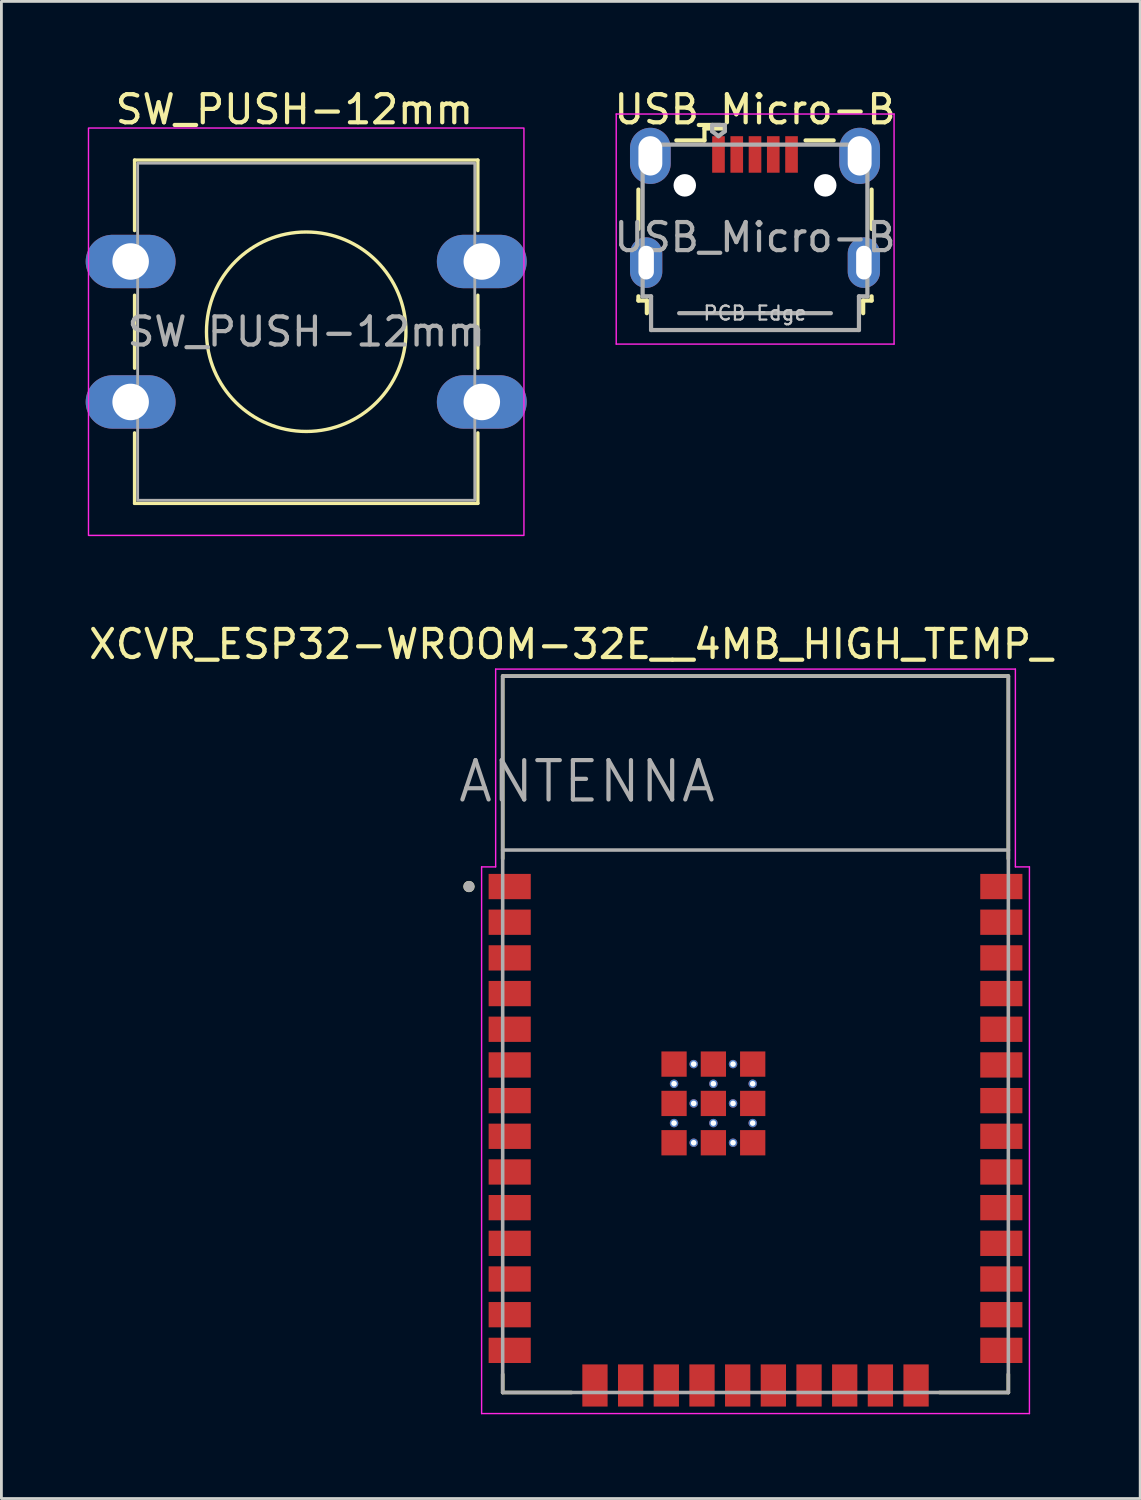
<source format=kicad_pcb>
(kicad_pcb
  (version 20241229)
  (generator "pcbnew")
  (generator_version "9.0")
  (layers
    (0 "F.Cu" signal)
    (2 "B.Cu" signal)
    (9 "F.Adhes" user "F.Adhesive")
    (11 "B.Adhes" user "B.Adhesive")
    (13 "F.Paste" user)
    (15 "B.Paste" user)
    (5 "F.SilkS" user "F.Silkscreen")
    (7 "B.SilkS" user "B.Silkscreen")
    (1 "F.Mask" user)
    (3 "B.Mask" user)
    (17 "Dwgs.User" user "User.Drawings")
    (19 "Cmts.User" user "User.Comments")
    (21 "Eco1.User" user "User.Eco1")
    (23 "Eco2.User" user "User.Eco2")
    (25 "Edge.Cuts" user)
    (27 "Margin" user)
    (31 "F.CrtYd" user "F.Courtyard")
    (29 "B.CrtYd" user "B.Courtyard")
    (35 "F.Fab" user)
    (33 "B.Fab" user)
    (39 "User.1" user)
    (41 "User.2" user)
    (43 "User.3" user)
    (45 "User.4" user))
  (footprint "USB_Micro-B"
    (layer "F.Cu")
    (at 23.825 4.348)
    (property "Reference" "USB_Micro-B" (at 0 -3.5 0) (layer "F.SilkS") (effects (font (size 1 1) (thickness 0.15))))
    (attr smd)
    (fp_line (start -4.15 -0.65) (end -4.15 0.75) (stroke (width 0.15) (type solid)) (layer "F.SilkS"))
    (fp_line (start -4.15 3.15) (end -4.15 3.3) (stroke (width 0.15) (type solid)) (layer "F.SilkS"))
    (fp_line (start -4.15 3.3) (end -3.85 3.3) (stroke (width 0.15) (type solid)) (layer "F.SilkS"))
    (fp_line (start -3.85 3.3) (end -3.85 3.75) (stroke (width 0.15) (type solid)) (layer "F.SilkS"))
    (fp_line (start -1.8 -2.825) (end -1.8 -2.4) (stroke (width 0.15) (type solid)) (layer "F.SilkS"))
    (fp_line (start -1.8 -2.4) (end -2.8 -2.4) (stroke (width 0.15) (type solid)) (layer "F.SilkS"))
    (fp_line (start -1.075 -2.825) (end -1.8 -2.825) (stroke (width 0.15) (type solid)) (layer "F.SilkS"))
    (fp_line (start 1.8 -2.4) (end 2.8 -2.4) (stroke (width 0.15) (type solid)) (layer "F.SilkS"))
    (fp_line (start 3.85 3.3) (end 4.15 3.3) (stroke (width 0.15) (type solid)) (layer "F.SilkS"))
    (fp_line (start 3.85 3.75) (end 3.85 3.3) (stroke (width 0.15) (type solid)) (layer "F.SilkS"))
    (fp_line (start 4.15 0.75) (end 4.15 -0.65) (stroke (width 0.15) (type solid)) (layer "F.SilkS"))
    (fp_line (start 4.15 3.3) (end 4.15 3.15) (stroke (width 0.15) (type solid)) (layer "F.SilkS"))
    (fp_line (start -4.94 -3.34) (end -4.94 4.85) (stroke (width 0.05) (type solid)) (layer "F.CrtYd"))
    (fp_line (start -4.94 4.85) (end 4.95 4.85) (stroke (width 0.05) (type solid)) (layer "F.CrtYd"))
    (fp_line (start 4.95 -3.34) (end -4.94 -3.34) (stroke (width 0.05) (type solid)) (layer "F.CrtYd"))
    (fp_line (start 4.95 4.85) (end 4.95 -3.34) (stroke (width 0.05) (type solid)) (layer "F.CrtYd"))
    (fp_line (start -4 -2.25) (end -4 3.15) (stroke (width 0.15) (type solid)) (layer "F.Fab"))
    (fp_line (start -4 3.15) (end -3.7 3.15) (stroke (width 0.15) (type solid)) (layer "F.Fab"))
    (fp_line (start -3.7 3.15) (end -3.7 4.35) (stroke (width 0.15) (type solid)) (layer "F.Fab"))
    (fp_line (start -3.7 4.35) (end 3.7 4.35) (stroke (width 0.15) (type solid)) (layer "F.Fab"))
    (fp_line (start -2.7 3.75) (end 2.7 3.75) (stroke (width 0.15) (type solid)) (layer "F.Fab"))
    (fp_line (start -1.525 -2.95) (end -1.075 -2.95) (stroke (width 0.15) (type solid)) (layer "F.Fab"))
    (fp_line (start -1.525 -2.725) (end -1.525 -2.95) (stroke (width 0.15) (type solid)) (layer "F.Fab"))
    (fp_line (start -1.3 -2.55) (end -1.525 -2.725) (stroke (width 0.15) (type solid)) (layer "F.Fab"))
    (fp_line (start -1.075 -2.95) (end -1.075 -2.725) (stroke (width 0.15) (type solid)) (layer "F.Fab"))
    (fp_line (start -1.075 -2.725) (end -1.3 -2.55) (stroke (width 0.15) (type solid)) (layer "F.Fab"))
    (fp_line (start 3.7 3.15) (end 4 3.15) (stroke (width 0.15) (type solid)) (layer "F.Fab"))
    (fp_line (start 3.7 4.35) (end 3.7 3.15) (stroke (width 0.15) (type solid)) (layer "F.Fab"))
    (fp_line (start 4 -2.25) (end -4 -2.25) (stroke (width 0.15) (type solid)) (layer "F.Fab"))
    (fp_line (start 4 3.15) (end 4 -2.25) (stroke (width 0.15) (type solid)) (layer "F.Fab"))
    (fp_text user "PCB Edge" (at 0 3.75 0) (layer "Dwgs.User") (effects (font (size 0.5 0.5) (thickness 0.08))))
    (fp_text user "${REFERENCE}" (at 0 1.05 0) (layer "F.Fab") (effects (font (size 1 1) (thickness 0.15))))
    (pad "" np_thru_hole oval (at -2.5 -0.8) (size 0.8 0.8) (drill 0.8) (layers "*.Cu" "*.Mask"))
    (pad "" np_thru_hole oval (at 2.5 -0.8) (size 0.8 0.8) (drill 0.8) (layers "*.Cu" "*.Mask"))
    (pad "1" smd rect (at -1.3 -1.9) (size 0.45 1.3) (layers "F.Cu" "F.Mask" "F.Paste"))
    (pad "2" smd rect (at -0.65 -1.9) (size 0.45 1.3) (layers "F.Cu" "F.Mask" "F.Paste"))
    (pad "3" smd rect (at 0 -1.9) (size 0.45 1.3) (layers "F.Cu" "F.Mask" "F.Paste"))
    (pad "4" smd rect (at 0.65 -1.9) (size 0.45 1.3) (layers "F.Cu" "F.Mask" "F.Paste"))
    (pad "5" smd rect (at 1.3 -1.9) (size 0.45 1.3) (layers "F.Cu" "F.Mask" "F.Paste"))
    (pad "6" thru_hole oval (at -3.875 1.95) (size 1.15 1.8) (drill oval 0.55 1.2) (layers "*.Cu" "*.Mask"))
    (pad "6" thru_hole oval (at -3.725 -1.85) (size 1.45 2) (drill oval 0.85 1.4) (layers "*.Cu" "*.Mask"))
    (pad "6" thru_hole oval (at 3.725 -1.85) (size 1.45 2) (drill oval 0.85 1.4) (layers "*.Cu" "*.Mask"))
    (pad "6" thru_hole oval (at 3.875 1.95) (size 1.15 1.8) (drill oval 0.55 1.2) (layers "*.Cu" "*.Mask")))
  (footprint "SW_PUSH-12mm"
    (layer "F.Cu")
    (at 1.6 6.258)
    (property "Reference" "SW_PUSH-12mm" (at 5.83 -5.41 0) (layer "F.SilkS") (effects (font (size 1 1) (thickness 0.15))))
    (attr through_hole)
    (fp_line (start 0.14 -3.61) (end 0.14 -1.1) (stroke (width 0.12) (type default)) (layer "F.SilkS"))
    (fp_line (start 0.14 -3.61) (end 12.36 -3.61) (stroke (width 0.12) (type default)) (layer "F.SilkS"))
    (fp_line (start 0.14 1.2) (end 0.14 3.8) (stroke (width 0.12) (type default)) (layer "F.SilkS"))
    (fp_line (start 0.14 6.1) (end 0.14 8.61) (stroke (width 0.12) (type default)) (layer "F.SilkS"))
    (fp_line (start 12.36 -3.61) (end 12.36 -1.1) (stroke (width 0.12) (type default)) (layer "F.SilkS"))
    (fp_line (start 12.36 1.2) (end 12.36 3.8) (stroke (width 0.12) (type default)) (layer "F.SilkS"))
    (fp_line (start 12.36 6.1) (end 12.36 8.61) (stroke (width 0.12) (type default)) (layer "F.SilkS"))
    (fp_line (start 12.36 8.61) (end 0.14 8.61) (stroke (width 0.12) (type default)) (layer "F.SilkS"))
    (fp_circle (center 6.25 2.5) (end 9.8 2.5) (stroke (width 0.12) (type default)) (fill no) (layer "F.SilkS"))
    (fp_rect (start -1.5 -4.75) (end 14 9.75) (stroke (width 0.05) (type default)) (fill no) (layer "F.CrtYd"))
    (fp_rect (start 0.25 -3.5) (end 12.25 8.5) (stroke (width 0.1) (type default)) (fill no) (layer "F.Fab"))
    (fp_text user "${REFERENCE}" (at 6.25 2.5 0) (layer "F.Fab") (effects (font (size 1 1) (thickness 0.15))))
    (pad "1" thru_hole oval (at 0 0) (size 3.2 1.9) (drill 1.3) (layers "*.Cu" "*.Mask"))
    (pad "2" thru_hole oval (at 12.5 0) (size 3.2 1.9) (drill 1.3) (layers "*.Cu" "*.Mask"))
    (pad "3" thru_hole oval (at 0 5) (size 3.2 1.9) (drill 1.3) (layers "*.Cu" "*.Mask"))
    (pad "4" thru_hole oval (at 12.5 5) (size 3.2 1.9) (drill 1.3) (layers "*.Cu" "*.Mask")))
  (footprint "XCVR_ESP32-WROOM-32E__4MB_HIGH_TEMP_"
    (layer "F.Cu")
    (at 23.843 33.767)
    (property "Reference" "XCVR_ESP32-WROOM-32E__4MB_HIGH_TEMP_" (at -6.575 -13.885 0) (layer "F.SilkS") (effects (font (size 1 1) (thickness 0.15))))
    (attr smd)
    (fp_line (start -9 -12.75) (end 9 -12.75) (stroke (width 0.127) (type solid)) (layer "F.SilkS"))
    (fp_line (start -9 -6.25) (end -9 -12.75) (stroke (width 0.127) (type solid)) (layer "F.SilkS"))
    (fp_line (start -9 12.1) (end -9 12.75) (stroke (width 0.127) (type solid)) (layer "F.SilkS"))
    (fp_line (start -9 12.75) (end -6.55 12.75) (stroke (width 0.127) (type solid)) (layer "F.SilkS"))
    (fp_line (start 6.55 12.75) (end 9 12.75) (stroke (width 0.127) (type solid)) (layer "F.SilkS"))
    (fp_line (start 9 -12.75) (end 9 -6.25) (stroke (width 0.127) (type solid)) (layer "F.SilkS"))
    (fp_line (start 9 12.75) (end 9 12.1) (stroke (width 0.127) (type solid)) (layer "F.SilkS"))
    (fp_circle (center -10.2 -5.26) (end -10.1 -5.26) (stroke (width 0.2) (type solid)) (fill no) (layer "F.SilkS"))
    (fp_line (start -9.75 -5.96) (end -9.25 -5.96) (stroke (width 0.05) (type solid)) (layer "F.CrtYd"))
    (fp_line (start -9.75 13.5) (end -9.75 -5.96) (stroke (width 0.05) (type solid)) (layer "F.CrtYd"))
    (fp_line (start -9.25 -13) (end 9.25 -13) (stroke (width 0.05) (type solid)) (layer "F.CrtYd"))
    (fp_line (start -9.25 -5.96) (end -9.25 -13) (stroke (width 0.05) (type solid)) (layer "F.CrtYd"))
    (fp_line (start 9.25 -13) (end 9.25 -5.96) (stroke (width 0.05) (type solid)) (layer "F.CrtYd"))
    (fp_line (start 9.25 -5.96) (end 9.75 -5.96) (stroke (width 0.05) (type solid)) (layer "F.CrtYd"))
    (fp_line (start 9.75 -5.96) (end 9.75 13.5) (stroke (width 0.05) (type solid)) (layer "F.CrtYd"))
    (fp_line (start 9.75 13.5) (end -9.75 13.5) (stroke (width 0.05) (type solid)) (layer "F.CrtYd"))
    (fp_line (start -9 -12.75) (end -9 -6.56) (stroke (width 0.127) (type solid)) (layer "F.Fab"))
    (fp_line (start -9 -12.75) (end 9 -12.75) (stroke (width 0.127) (type solid)) (layer "F.Fab"))
    (fp_line (start -9 -6.56) (end 9 -6.56) (stroke (width 0.127) (type solid)) (layer "F.Fab"))
    (fp_line (start -9 12.75) (end -9 -6.56) (stroke (width 0.127) (type solid)) (layer "F.Fab"))
    (fp_line (start 9 -12.75) (end 9 -6.56) (stroke (width 0.127) (type solid)) (layer "F.Fab"))
    (fp_line (start 9 -6.56) (end 9 12.75) (stroke (width 0.127) (type solid)) (layer "F.Fab"))
    (fp_line (start 9 12.75) (end -9 12.75) (stroke (width 0.127) (type solid)) (layer "F.Fab"))
    (fp_circle (center -10.2 -5.26) (end -10.1 -5.26) (stroke (width 0.2) (type solid)) (fill no) (layer "F.Fab"))
    (fp_text user "ANTENNA" (at -6 -9 0) (layer "F.Fab") (effects (font (size 1.4 1.4) (thickness 0.15))))
    (pad "1" smd rect (at -8.75 -5.26) (size 1.5 0.9) (layers "F.Cu" "F.Mask" "F.Paste"))
    (pad "2" smd rect (at -8.75 -3.99) (size 1.5 0.9) (layers "F.Cu" "F.Mask" "F.Paste"))
    (pad "3" smd rect (at -8.75 -2.72) (size 1.5 0.9) (layers "F.Cu" "F.Mask" "F.Paste"))
    (pad "4" smd rect (at -8.75 -1.45) (size 1.5 0.9) (layers "F.Cu" "F.Mask" "F.Paste"))
    (pad "5" smd rect (at -8.75 -0.18) (size 1.5 0.9) (layers "F.Cu" "F.Mask" "F.Paste"))
    (pad "6" smd rect (at -8.75 1.09) (size 1.5 0.9) (layers "F.Cu" "F.Mask" "F.Paste"))
    (pad "7" smd rect (at -8.75 2.36) (size 1.5 0.9) (layers "F.Cu" "F.Mask" "F.Paste"))
    (pad "8" smd rect (at -8.75 3.63) (size 1.5 0.9) (layers "F.Cu" "F.Mask" "F.Paste"))
    (pad "9" smd rect (at -8.75 4.9) (size 1.5 0.9) (layers "F.Cu" "F.Mask" "F.Paste"))
    (pad "10" smd rect (at -8.75 6.17) (size 1.5 0.9) (layers "F.Cu" "F.Mask" "F.Paste"))
    (pad "11" smd rect (at -8.75 7.44) (size 1.5 0.9) (layers "F.Cu" "F.Mask" "F.Paste"))
    (pad "12" smd rect (at -8.75 8.71) (size 1.5 0.9) (layers "F.Cu" "F.Mask" "F.Paste"))
    (pad "13" smd rect (at -8.75 9.98) (size 1.5 0.9) (layers "F.Cu" "F.Mask" "F.Paste"))
    (pad "14" smd rect (at -8.75 11.25) (size 1.5 0.9) (layers "F.Cu" "F.Mask" "F.Paste"))
    (pad "15" smd rect (at -5.715 12.5) (size 0.9 1.5) (layers "F.Cu" "F.Mask" "F.Paste"))
    (pad "16" smd rect (at -4.445 12.5) (size 0.9 1.5) (layers "F.Cu" "F.Mask" "F.Paste"))
    (pad "17" smd rect (at -3.175 12.5) (size 0.9 1.5) (layers "F.Cu" "F.Mask" "F.Paste"))
    (pad "18" smd rect (at -1.905 12.5) (size 0.9 1.5) (layers "F.Cu" "F.Mask" "F.Paste"))
    (pad "19" smd rect (at -0.635 12.5) (size 0.9 1.5) (layers "F.Cu" "F.Mask" "F.Paste"))
    (pad "20" smd rect (at 0.635 12.5) (size 0.9 1.5) (layers "F.Cu" "F.Mask" "F.Paste"))
    (pad "21" smd rect (at 1.905 12.5) (size 0.9 1.5) (layers "F.Cu" "F.Mask" "F.Paste"))
    (pad "22" smd rect (at 3.175 12.5) (size 0.9 1.5) (layers "F.Cu" "F.Mask" "F.Paste"))
    (pad "23" smd rect (at 4.445 12.5) (size 0.9 1.5) (layers "F.Cu" "F.Mask" "F.Paste"))
    (pad "24" smd rect (at 5.715 12.5) (size 0.9 1.5) (layers "F.Cu" "F.Mask" "F.Paste"))
    (pad "25" smd rect (at 8.75 11.25) (size 1.5 0.9) (layers "F.Cu" "F.Mask" "F.Paste"))
    (pad "26" smd rect (at 8.75 9.98) (size 1.5 0.9) (layers "F.Cu" "F.Mask" "F.Paste"))
    (pad "27" smd rect (at 8.75 8.71) (size 1.5 0.9) (layers "F.Cu" "F.Mask" "F.Paste"))
    (pad "28" smd rect (at 8.75 7.44) (size 1.5 0.9) (layers "F.Cu" "F.Mask" "F.Paste"))
    (pad "29" smd rect (at 8.75 6.17) (size 1.5 0.9) (layers "F.Cu" "F.Mask" "F.Paste"))
    (pad "30" smd rect (at 8.75 4.9) (size 1.5 0.9) (layers "F.Cu" "F.Mask" "F.Paste"))
    (pad "31" smd rect (at 8.75 3.63) (size 1.5 0.9) (layers "F.Cu" "F.Mask" "F.Paste"))
    (pad "32" smd rect (at 8.75 2.36) (size 1.5 0.9) (layers "F.Cu" "F.Mask" "F.Paste"))
    (pad "33" smd rect (at 8.75 1.09) (size 1.5 0.9) (layers "F.Cu" "F.Mask" "F.Paste"))
    (pad "34" smd rect (at 8.75 -0.18) (size 1.5 0.9) (layers "F.Cu" "F.Mask" "F.Paste"))
    (pad "35" smd rect (at 8.75 -1.45) (size 1.5 0.9) (layers "F.Cu" "F.Mask" "F.Paste"))
    (pad "36" smd rect (at 8.75 -2.72) (size 1.5 0.9) (layers "F.Cu" "F.Mask" "F.Paste"))
    (pad "37" smd rect (at 8.75 -3.99) (size 1.5 0.9) (layers "F.Cu" "F.Mask" "F.Paste"))
    (pad "38" smd rect (at 8.75 -5.26) (size 1.5 0.9) (layers "F.Cu" "F.Mask" "F.Paste"))
    (pad "39_1" smd rect (at -2.9 1.06) (size 0.9 0.9) (layers "F.Cu" "F.Mask" "F.Paste"))
    (pad "39_2" smd rect (at -1.5 1.06) (size 0.9 0.9) (layers "F.Cu" "F.Mask" "F.Paste"))
    (pad "39_3" smd rect (at -0.1 1.06) (size 0.9 0.9) (layers "F.Cu" "F.Mask" "F.Paste"))
    (pad "39_4" smd rect (at -2.9 2.46) (size 0.9 0.9) (layers "F.Cu" "F.Mask" "F.Paste"))
    (pad "39_5" smd rect (at -1.5 2.46) (size 0.9 0.9) (layers "F.Cu" "F.Mask" "F.Paste"))
    (pad "39_6" smd rect (at -0.1 2.46) (size 0.9 0.9) (layers "F.Cu" "F.Mask" "F.Paste"))
    (pad "39_7" smd rect (at -2.9 3.86) (size 0.9 0.9) (layers "F.Cu" "F.Mask" "F.Paste"))
    (pad "39_8" smd rect (at -1.5 3.86) (size 0.9 0.9) (layers "F.Cu" "F.Mask" "F.Paste"))
    (pad "39_9" smd rect (at -0.1 3.86) (size 0.9 0.9) (layers "F.Cu" "F.Mask" "F.Paste"))
    (pad "39_10" thru_hole circle (at -2.2 1.06) (size 0.3 0.3) (drill 0.2) (layers "*.Cu"))
    (pad "39_11" thru_hole circle (at -0.8 1.06) (size 0.3 0.3) (drill 0.2) (layers "*.Cu"))
    (pad "39_12" thru_hole circle (at -2.9 1.76) (size 0.3 0.3) (drill 0.2) (layers "*.Cu"))
    (pad "39_13" thru_hole circle (at -1.5 1.76) (size 0.3 0.3) (drill 0.2) (layers "*.Cu"))
    (pad "39_14" thru_hole circle (at -0.1 1.76) (size 0.3 0.3) (drill 0.2) (layers "*.Cu"))
    (pad "39_15" thru_hole circle (at -2.2 2.46) (size 0.3 0.3) (drill 0.2) (layers "*.Cu"))
    (pad "39_16" thru_hole circle (at -0.8 2.46) (size 0.3 0.3) (drill 0.2) (layers "*.Cu"))
    (pad "39_17" thru_hole circle (at -2.9 3.16) (size 0.3 0.3) (drill 0.2) (layers "*.Cu"))
    (pad "39_18" thru_hole circle (at -1.5 3.16) (size 0.3 0.3) (drill 0.2) (layers "*.Cu"))
    (pad "39_19" thru_hole circle (at -0.1 3.16) (size 0.3 0.3) (drill 0.2) (layers "*.Cu"))
    (pad "39_20" thru_hole circle (at -2.2 3.86) (size 0.3 0.3) (drill 0.2) (layers "*.Cu"))
    (pad "39_21" thru_hole circle (at -0.8 3.86) (size 0.3 0.3) (drill 0.2) (layers "*.Cu"))
    (zone (net_name "") (layer "F.Cu") (hatch full 0.508) (connect_pads) (min_thickness 0.01) (filled_areas_thickness no) (keepout (tracks not_allowed) (vias not_allowed) (pads not_allowed) (copperpour not_allowed) (footprints allowed)) (placement (enabled no)) (fill) (polygon (pts (xy 14.843 21.017) (xy 32.843 21.017) (xy 32.843 27.206) (xy 14.843 27.206))))
    (zone (net_name "") (layers "F.Cu" "B.Cu") (hatch full 0.508) (connect_pads) (min_thickness 0.01) (filled_areas_thickness no) (keepout (tracks allowed) (vias not_allowed) (pads allowed) (copperpour allowed) (footprints allowed)) (placement (enabled no)) (fill) (polygon (pts (xy 14.843 21.017) (xy 32.843 21.017) (xy 32.843 27.206) (xy 14.843 27.206)))))
  (gr_rect
    (start -3 -3)
    (end 37.536 50.291)
    (stroke (width 0.1) (type default))
    (fill no)
    (layer "Edge.Cuts")))
</source>
